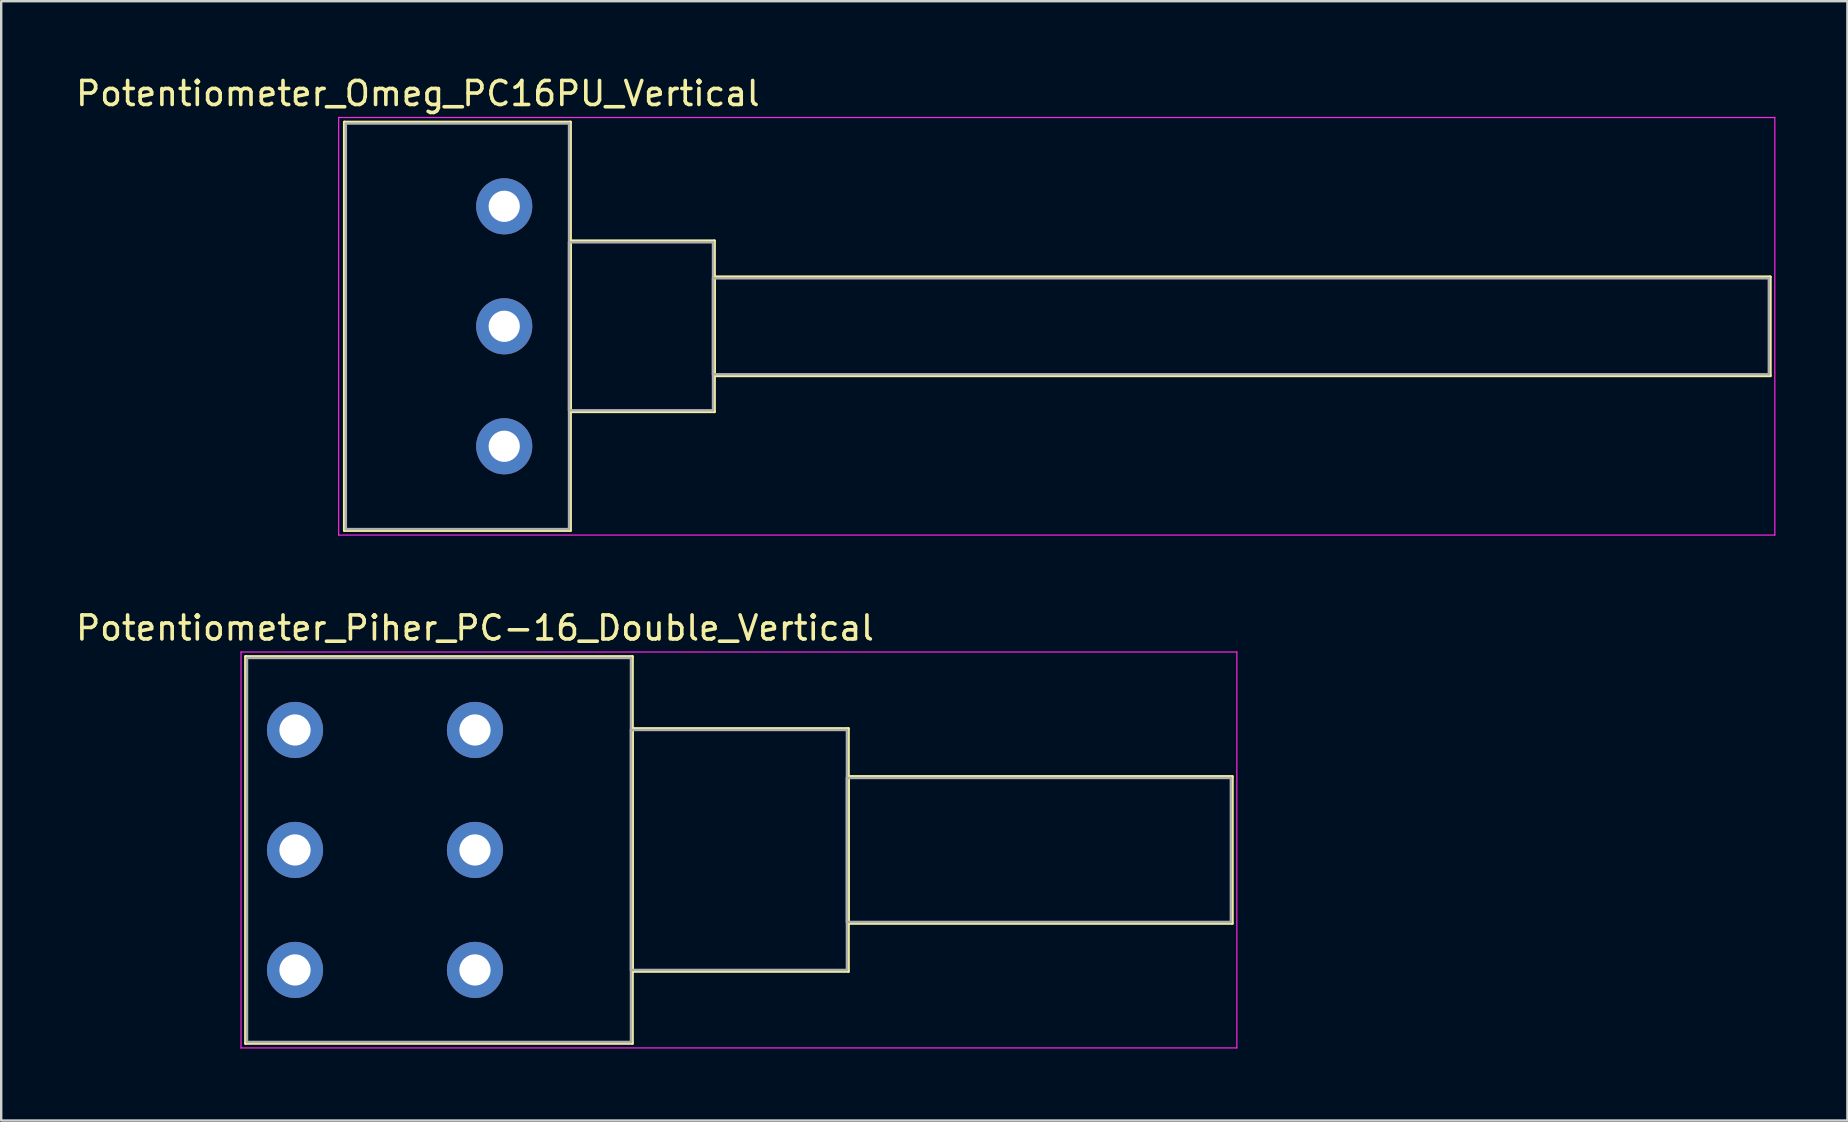
<source format=kicad_pcb>
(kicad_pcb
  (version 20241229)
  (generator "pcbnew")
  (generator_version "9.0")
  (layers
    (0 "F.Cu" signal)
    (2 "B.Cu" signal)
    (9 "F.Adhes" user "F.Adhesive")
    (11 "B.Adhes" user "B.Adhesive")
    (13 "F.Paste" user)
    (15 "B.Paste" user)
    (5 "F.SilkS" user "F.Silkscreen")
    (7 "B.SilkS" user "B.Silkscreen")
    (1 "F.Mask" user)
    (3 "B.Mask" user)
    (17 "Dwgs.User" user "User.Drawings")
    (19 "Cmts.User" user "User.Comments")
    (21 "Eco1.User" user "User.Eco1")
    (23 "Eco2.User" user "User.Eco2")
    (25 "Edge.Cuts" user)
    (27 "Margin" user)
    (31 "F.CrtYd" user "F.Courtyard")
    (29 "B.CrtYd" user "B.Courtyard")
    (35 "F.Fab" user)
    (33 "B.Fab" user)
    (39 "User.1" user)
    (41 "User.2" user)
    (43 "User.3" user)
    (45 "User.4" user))
  (footprint "Potentiometer_Piher_PC-16_Double_Vertical"
    (layer "F.Cu")
    (at 16.744 37.371)
    (property "Reference" "Potentiometer_Piher_PC-16_Double_Vertical" (at 0 -14.25 0) (layer "F.SilkS") (effects (font (size 1 1) (thickness 0.15))))
    (attr through_hole)
    (fp_line (start -9.56 -13.06) (end -9.56 3.06) (stroke (width 0.12) (type solid)) (layer "F.SilkS"))
    (fp_line (start -9.56 -13.06) (end 6.56 -13.06) (stroke (width 0.12) (type solid)) (layer "F.SilkS"))
    (fp_line (start -9.56 3.06) (end 6.56 3.06) (stroke (width 0.12) (type solid)) (layer "F.SilkS"))
    (fp_line (start 6.56 -13.06) (end 6.56 3.06) (stroke (width 0.12) (type solid)) (layer "F.SilkS"))
    (fp_line (start 6.56 -10.06) (end 6.56 0.06) (stroke (width 0.12) (type solid)) (layer "F.SilkS"))
    (fp_line (start 6.56 -10.06) (end 15.56 -10.06) (stroke (width 0.12) (type solid)) (layer "F.SilkS"))
    (fp_line (start 6.56 0.06) (end 15.56 0.06) (stroke (width 0.12) (type solid)) (layer "F.SilkS"))
    (fp_line (start 15.56 -10.06) (end 15.56 0.06) (stroke (width 0.12) (type solid)) (layer "F.SilkS"))
    (fp_line (start 15.56 -8.06) (end 15.56 -1.94) (stroke (width 0.12) (type solid)) (layer "F.SilkS"))
    (fp_line (start 15.56 -8.06) (end 31.56 -8.06) (stroke (width 0.12) (type solid)) (layer "F.SilkS"))
    (fp_line (start 15.56 -1.94) (end 31.56 -1.94) (stroke (width 0.12) (type solid)) (layer "F.SilkS"))
    (fp_line (start 31.56 -8.06) (end 31.56 -1.94) (stroke (width 0.12) (type solid)) (layer "F.SilkS"))
    (fp_line (start -9.75 -13.25) (end -9.75 3.25) (stroke (width 0.05) (type solid)) (layer "F.CrtYd"))
    (fp_line (start -9.75 3.25) (end 31.75 3.25) (stroke (width 0.05) (type solid)) (layer "F.CrtYd"))
    (fp_line (start 31.75 -13.25) (end -9.75 -13.25) (stroke (width 0.05) (type solid)) (layer "F.CrtYd"))
    (fp_line (start 31.75 3.25) (end 31.75 -13.25) (stroke (width 0.05) (type solid)) (layer "F.CrtYd"))
    (fp_line (start -9.5 -13) (end -9.5 3) (stroke (width 0.1) (type solid)) (layer "F.Fab"))
    (fp_line (start -9.5 3) (end 6.5 3) (stroke (width 0.1) (type solid)) (layer "F.Fab"))
    (fp_line (start 6.5 -13) (end -9.5 -13) (stroke (width 0.1) (type solid)) (layer "F.Fab"))
    (fp_line (start 6.5 -10) (end 6.5 0) (stroke (width 0.1) (type solid)) (layer "F.Fab"))
    (fp_line (start 6.5 0) (end 15.5 0) (stroke (width 0.1) (type solid)) (layer "F.Fab"))
    (fp_line (start 6.5 3) (end 6.5 -13) (stroke (width 0.1) (type solid)) (layer "F.Fab"))
    (fp_line (start 15.5 -10) (end 6.5 -10) (stroke (width 0.1) (type solid)) (layer "F.Fab"))
    (fp_line (start 15.5 -8) (end 15.5 -2) (stroke (width 0.1) (type solid)) (layer "F.Fab"))
    (fp_line (start 15.5 -2) (end 31.5 -2) (stroke (width 0.1) (type solid)) (layer "F.Fab"))
    (fp_line (start 15.5 0) (end 15.5 -10) (stroke (width 0.1) (type solid)) (layer "F.Fab"))
    (fp_line (start 31.5 -8) (end 15.5 -8) (stroke (width 0.1) (type solid)) (layer "F.Fab"))
    (fp_line (start 31.5 -2) (end 31.5 -8) (stroke (width 0.1) (type solid)) (layer "F.Fab"))
    (pad "1" thru_hole circle (at 0 0) (size 2.34 2.34) (drill 1.3) (layers "*.Cu" "*.Mask"))
    (pad "2" thru_hole circle (at 0 -5) (size 2.34 2.34) (drill 1.3) (layers "*.Cu" "*.Mask"))
    (pad "3" thru_hole circle (at 0 -10) (size 2.34 2.34) (drill 1.3) (layers "*.Cu" "*.Mask"))
    (pad "4" thru_hole circle (at -7.5 0) (size 2.34 2.34) (drill 1.3) (layers "*.Cu" "*.Mask"))
    (pad "5" thru_hole circle (at -7.5 -5) (size 2.34 2.34) (drill 1.3) (layers "*.Cu" "*.Mask"))
    (pad "6" thru_hole circle (at -7.5 -10) (size 2.34 2.34) (drill 1.3) (layers "*.Cu" "*.Mask")))
  (footprint "Potentiometer_Omeg_PC16PU_Vertical"
    (layer "F.Cu")
    (at 17.963 15.548)
    (property "Reference" "Potentiometer_Omeg_PC16PU_Vertical" (at -3.6 -14.7 0) (layer "F.SilkS") (effects (font (size 1 1) (thickness 0.15))))
    (attr through_hole)
    (fp_line (start -6.661 -13.51) (end -6.661 3.51) (stroke (width 0.12) (type solid)) (layer "F.SilkS"))
    (fp_line (start -6.661 -13.51) (end 2.76 -13.51) (stroke (width 0.12) (type solid)) (layer "F.SilkS"))
    (fp_line (start -6.661 3.51) (end 2.76 3.51) (stroke (width 0.12) (type solid)) (layer "F.SilkS"))
    (fp_line (start 2.76 -13.51) (end 2.76 3.51) (stroke (width 0.12) (type solid)) (layer "F.SilkS"))
    (fp_line (start 2.76 -8.56) (end 2.76 -1.44) (stroke (width 0.12) (type solid)) (layer "F.SilkS"))
    (fp_line (start 2.76 -8.56) (end 8.76 -8.56) (stroke (width 0.12) (type solid)) (layer "F.SilkS"))
    (fp_line (start 2.76 -1.44) (end 8.76 -1.44) (stroke (width 0.12) (type solid)) (layer "F.SilkS"))
    (fp_line (start 8.76 -8.56) (end 8.76 -1.44) (stroke (width 0.12) (type solid)) (layer "F.SilkS"))
    (fp_line (start 8.76 -7.06) (end 8.76 -2.94) (stroke (width 0.12) (type solid)) (layer "F.SilkS"))
    (fp_line (start 8.76 -7.06) (end 52.76 -7.06) (stroke (width 0.12) (type solid)) (layer "F.SilkS"))
    (fp_line (start 8.76 -2.94) (end 52.76 -2.94) (stroke (width 0.12) (type solid)) (layer "F.SilkS"))
    (fp_line (start 52.76 -7.06) (end 52.76 -2.94) (stroke (width 0.12) (type solid)) (layer "F.SilkS"))
    (fp_line (start -6.9 -13.7) (end -6.9 3.7) (stroke (width 0.05) (type solid)) (layer "F.CrtYd"))
    (fp_line (start -6.9 3.7) (end 52.95 3.7) (stroke (width 0.05) (type solid)) (layer "F.CrtYd"))
    (fp_line (start 52.95 -13.7) (end -6.9 -13.7) (stroke (width 0.05) (type solid)) (layer "F.CrtYd"))
    (fp_line (start 52.95 3.7) (end 52.95 -13.7) (stroke (width 0.05) (type solid)) (layer "F.CrtYd"))
    (fp_line (start -6.6 -13.45) (end -6.6 3.45) (stroke (width 0.1) (type solid)) (layer "F.Fab"))
    (fp_line (start -6.6 3.45) (end 2.7 3.45) (stroke (width 0.1) (type solid)) (layer "F.Fab"))
    (fp_line (start 2.7 -13.45) (end -6.6 -13.45) (stroke (width 0.1) (type solid)) (layer "F.Fab"))
    (fp_line (start 2.7 -8.5) (end 2.7 -1.5) (stroke (width 0.1) (type solid)) (layer "F.Fab"))
    (fp_line (start 2.7 -1.5) (end 8.7 -1.5) (stroke (width 0.1) (type solid)) (layer "F.Fab"))
    (fp_line (start 2.7 3.45) (end 2.7 -13.45) (stroke (width 0.1) (type solid)) (layer "F.Fab"))
    (fp_line (start 8.7 -8.5) (end 2.7 -8.5) (stroke (width 0.1) (type solid)) (layer "F.Fab"))
    (fp_line (start 8.7 -7) (end 8.7 -3) (stroke (width 0.1) (type solid)) (layer "F.Fab"))
    (fp_line (start 8.7 -3) (end 52.7 -3) (stroke (width 0.1) (type solid)) (layer "F.Fab"))
    (fp_line (start 8.7 -1.5) (end 8.7 -8.5) (stroke (width 0.1) (type solid)) (layer "F.Fab"))
    (fp_line (start 52.7 -7) (end 8.7 -7) (stroke (width 0.1) (type solid)) (layer "F.Fab"))
    (fp_line (start 52.7 -3) (end 52.7 -7) (stroke (width 0.1) (type solid)) (layer "F.Fab"))
    (pad "1" thru_hole circle (at 0 0) (size 2.34 2.34) (drill 1.3) (layers "*.Cu" "*.Mask"))
    (pad "2" thru_hole circle (at 0 -5) (size 2.34 2.34) (drill 1.3) (layers "*.Cu" "*.Mask"))
    (pad "3" thru_hole circle (at 0 -10) (size 2.34 2.34) (drill 1.3) (layers "*.Cu" "*.Mask")))
  (gr_rect
    (start -3 -3)
    (end 73.938 43.647)
    (stroke (width 0.1) (type default))
    (fill no)
    (layer "Edge.Cuts")))
</source>
